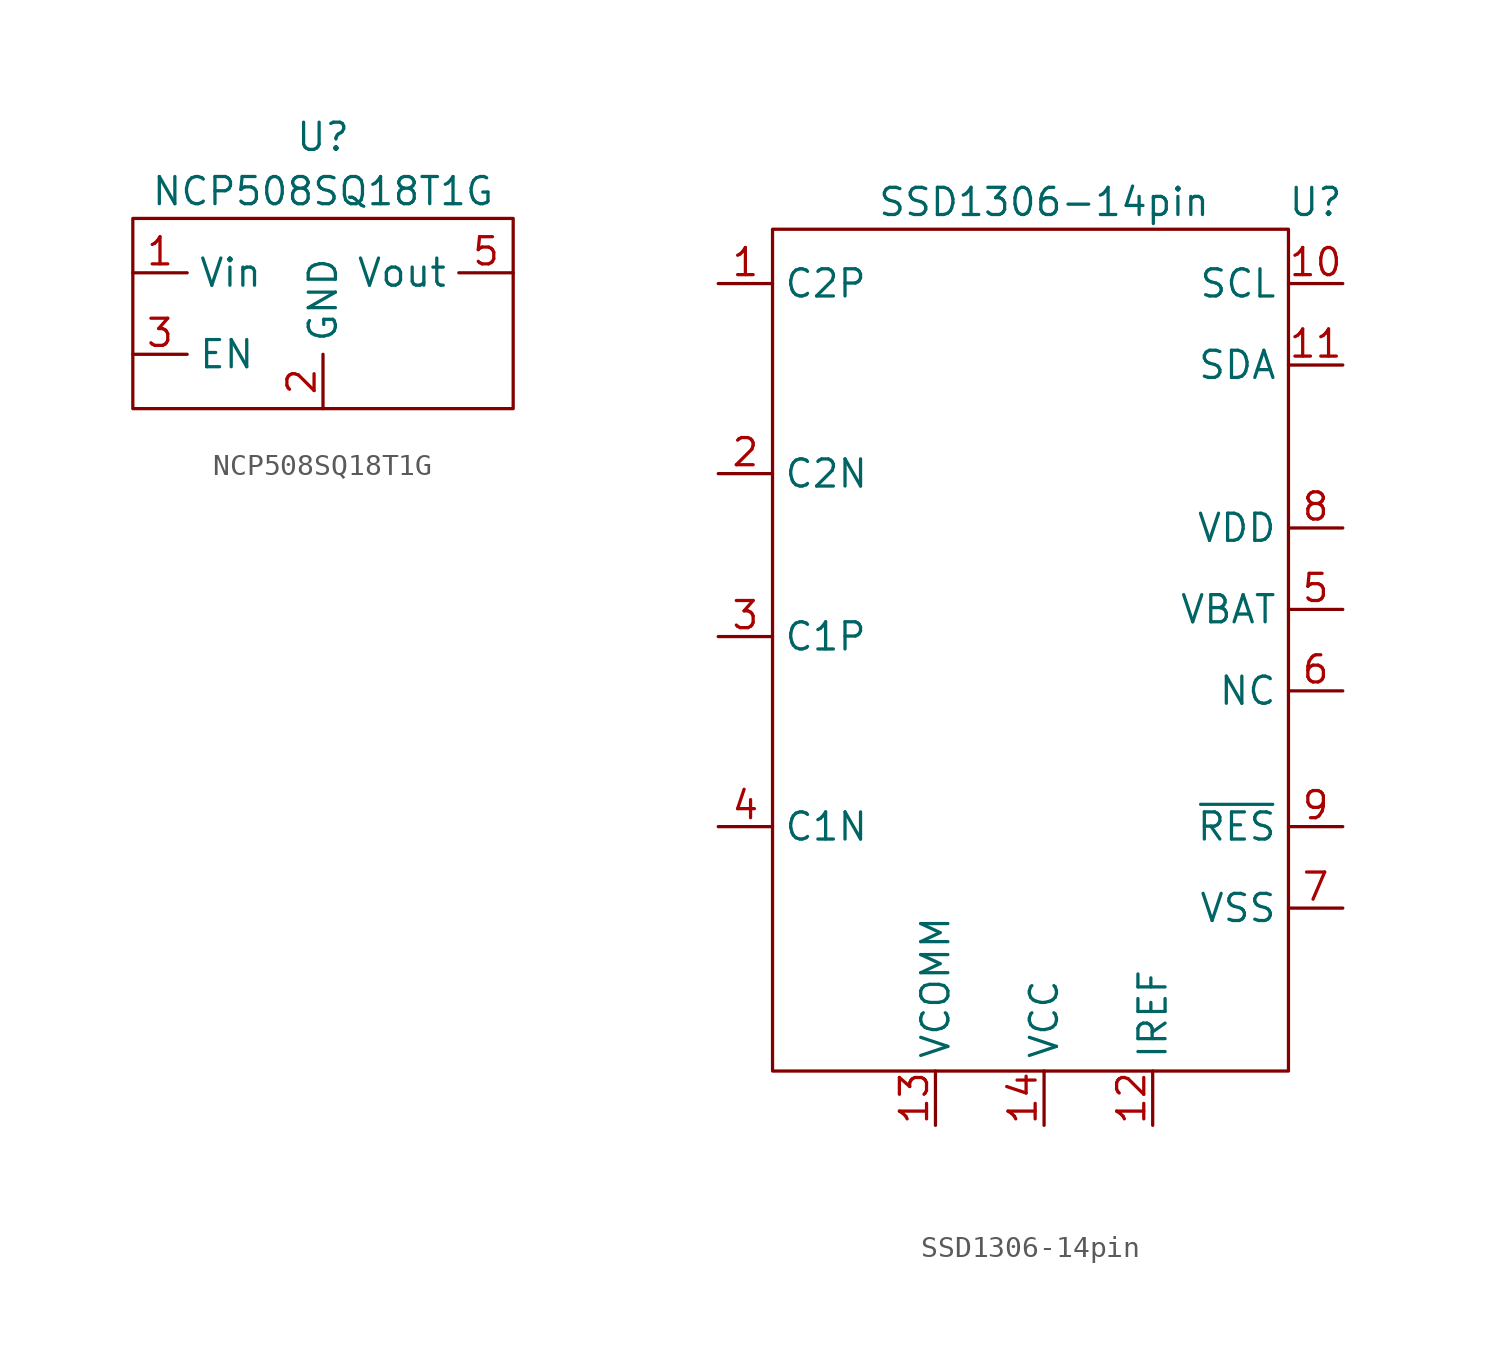
<source format=kicad_sym>
(kicad_symbol_lib
  (version 20211014)
  (generator kicad_symbol_editor)
  (symbol "NCP508SQ18T1G"
    (property "Reference" "U"
      (at 0 7.62 0)
      (effects (font (size 1.27 1.27))))
    (property "Value" "NCP508SQ18T1G"
      (at 0 5.08 0)
      (effects (font (size 1.27 1.27))))
    (symbol "NCP508SQ18T1G_0_1"
      (rectangle (start -8.89 3.81) (end 8.89 -5.08) (stroke (width 0) (type default) (color 0 0 0 0)) (fill (type none))))
    (symbol "NCP508SQ18T1G_1_1"
      (pin input line (at -8.89 1.27 0) (length 2.54) (name "Vin" (effects (font (size 1.27 1.27)))) (number "1" (effects (font (size 1.27 1.27)))))
      (pin input line (at 0 -5.08 90) (length 2.54) (name "GND" (effects (font (size 1.27 1.27)))) (number "2" (effects (font (size 1.27 1.27)))))
      (pin input line (at -8.89 -2.54 0) (length 2.54) (name "EN" (effects (font (size 1.27 1.27)))) (number "3" (effects (font (size 1.27 1.27)))))
      (pin input line (at 8.89 1.27 180) (length 2.54) (name "Vout" (effects (font (size 1.27 1.27)))) (number "5" (effects (font (size 1.27 1.27)))))))
  (symbol "SSD1306-14pin"
    (property "Reference" "U"
      (at 12.7 19.05 0)
      (effects (font (size 1.27 1.27))))
    (property "Value" "SSD1306-14pin"
      (at 0 19.05 0)
      (effects (font (size 1.27 1.27))))
    (symbol "SSD1306-14pin_0_1"
      (rectangle (start -12.7 17.78) (end 11.43 -21.59) (stroke (width 0) (type default) (color 0 0 0 0)) (fill (type none))))
    (symbol "SSD1306-14pin_1_1"
      (pin input line (at -15.24 15.24 0) (length 2.54) (name "C2P" (effects (font (size 1.27 1.27)))) (number "1" (effects (font (size 1.27 1.27)))))
      (pin input line (at 13.97 15.24 180) (length 2.54) (name "SCL" (effects (font (size 1.27 1.27)))) (number "10" (effects (font (size 1.27 1.27)))))
      (pin input line (at 13.97 11.43 180) (length 2.54) (name "SDA" (effects (font (size 1.27 1.27)))) (number "11" (effects (font (size 1.27 1.27)))))
      (pin input line (at 5.08 -24.13 90) (length 2.54) (name "IREF" (effects (font (size 1.27 1.27)))) (number "12" (effects (font (size 1.27 1.27)))))
      (pin input line (at -5.08 -24.13 90) (length 2.54) (name "VCOMM" (effects (font (size 1.27 1.27)))) (number "13" (effects (font (size 1.27 1.27)))))
      (pin input line (at 0 -24.13 90) (length 2.54) (name "VCC" (effects (font (size 1.27 1.27)))) (number "14" (effects (font (size 1.27 1.27)))))
      (pin input line (at -15.24 6.35 0) (length 2.54) (name "C2N" (effects (font (size 1.27 1.27)))) (number "2" (effects (font (size 1.27 1.27)))))
      (pin input line (at -15.24 -1.27 0) (length 2.54) (name "C1P" (effects (font (size 1.27 1.27)))) (number "3" (effects (font (size 1.27 1.27)))))
      (pin input line (at -15.24 -10.16 0) (length 2.54) (name "C1N" (effects (font (size 1.27 1.27)))) (number "4" (effects (font (size 1.27 1.27)))))
      (pin input line (at 13.97 0 180) (length 2.54) (name "VBAT" (effects (font (size 1.27 1.27)))) (number "5" (effects (font (size 1.27 1.27)))))
      (pin input line (at 13.97 -3.81 180) (length 2.54) (name "NC" (effects (font (size 1.27 1.27)))) (number "6" (effects (font (size 1.27 1.27)))))
      (pin input line (at 13.97 -13.97 180) (length 2.54) (name "VSS" (effects (font (size 1.27 1.27)))) (number "7" (effects (font (size 1.27 1.27)))))
      (pin input line (at 13.97 3.81 180) (length 2.54) (name "VDD" (effects (font (size 1.27 1.27)))) (number "8" (effects (font (size 1.27 1.27)))))
      (pin input line (at 13.97 -10.16 180) (length 2.54) (name "~{RES}" (effects (font (size 1.27 1.27)))) (number "9" (effects (font (size 1.27 1.27))))))))
</source>
